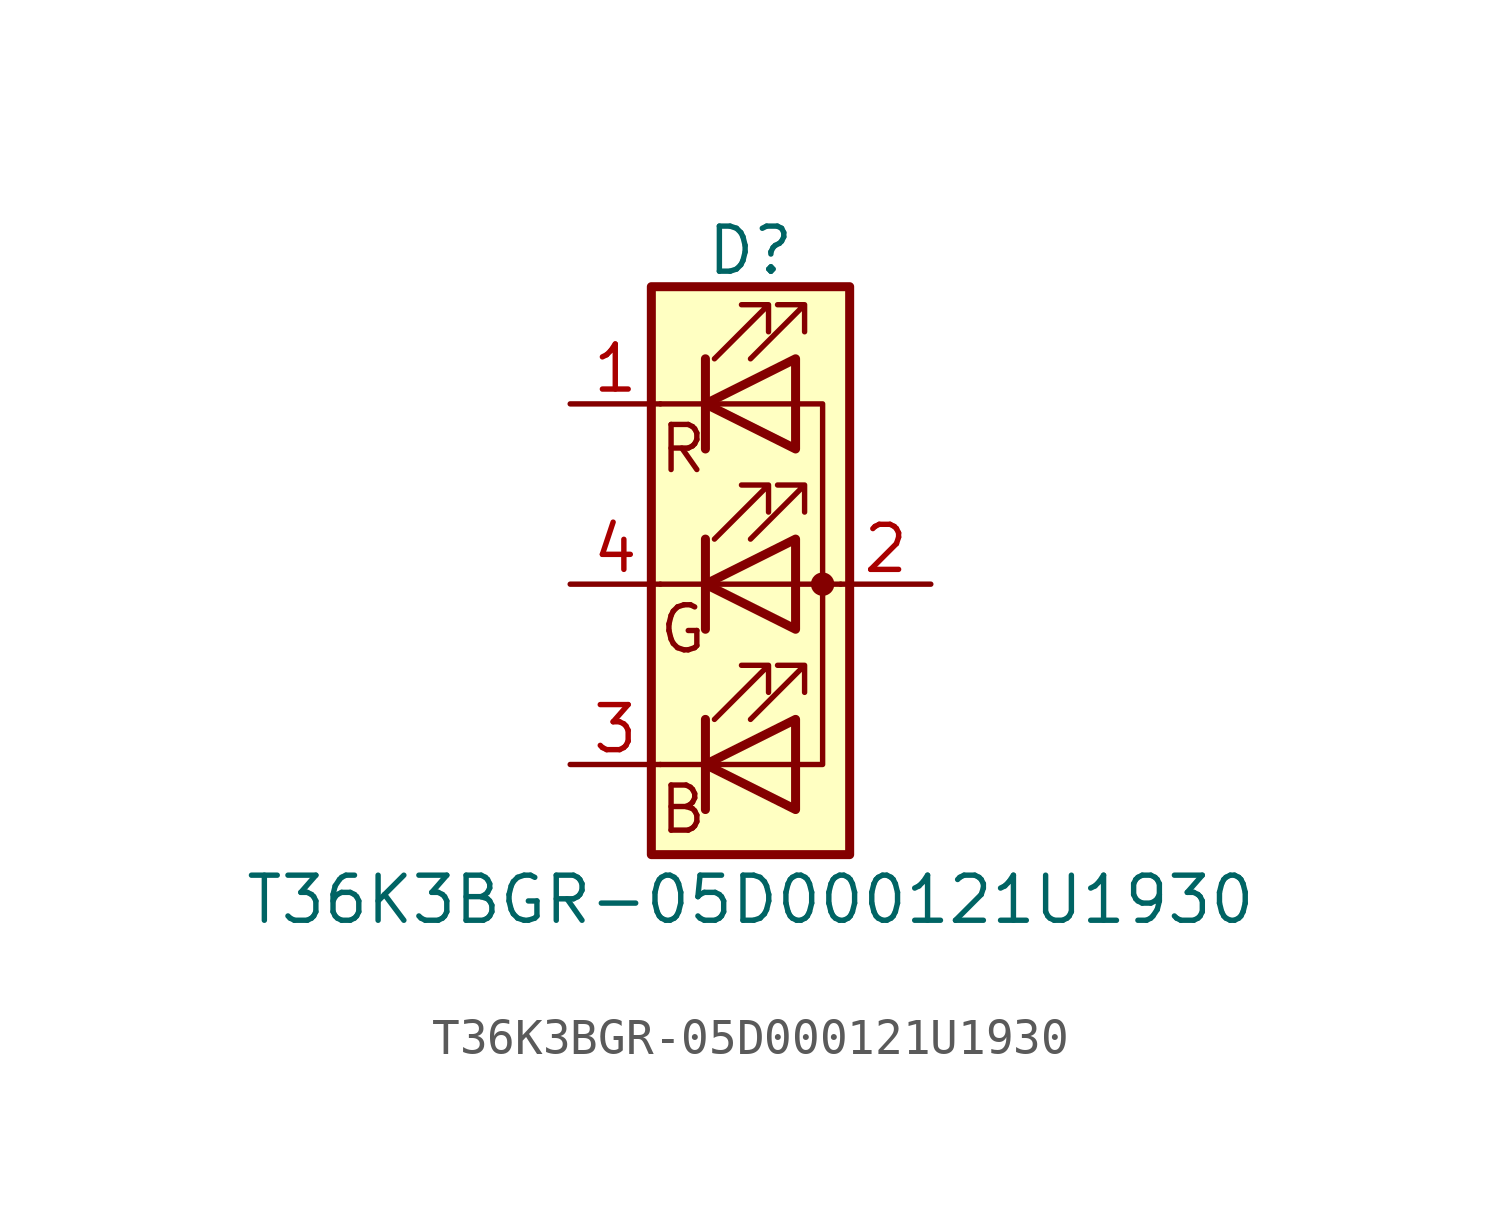
<source format=kicad_sym>
(kicad_symbol_lib
  (version 20211014)
  (generator kicad_symbol_editor)
  (symbol "T36K3BGR-05D000121U1930"
    (pin_names
      (offset 0) hide)
    (property "Reference" "D"
      (at 0 9.398 0)
      (effects (font (size 1.27 1.27))))
    (property "Value" "T36K3BGR-05D000121U1930"
      (at 0 -8.89 0)
      (effects (font (size 1.27 1.27))))
    (symbol "T36K3BGR-05D000121U1930_0_0"
      (text "B" (at -1.905 -6.35 0) (effects (font (size 1.27 1.27))))
      (text "G" (at -1.905 -1.27 0) (effects (font (size 1.27 1.27))))
      (text "R" (at -1.905 3.81 0) (effects (font (size 1.27 1.27)))))
    (symbol "T36K3BGR-05D000121U1930_0_1"
      (polyline (pts (xy -1.27 -5.08) (xy -2.54 -5.08)) (stroke (width 0) (type default) (color 0 0 0 0)) (fill (type none)))
      (polyline (pts (xy -1.27 -5.08) (xy 1.27 -5.08)) (stroke (width 0) (type default) (color 0 0 0 0)) (fill (type none)))
      (polyline (pts (xy -1.27 -3.81) (xy -1.27 -6.35)) (stroke (width 0.254) (type default) (color 0 0 0 0)) (fill (type none)))
      (polyline (pts (xy -1.27 0) (xy -2.54 0)) (stroke (width 0) (type default) (color 0 0 0 0)) (fill (type none)))
      (polyline (pts (xy -1.27 1.27) (xy -1.27 -1.27)) (stroke (width 0.254) (type default) (color 0 0 0 0)) (fill (type none)))
      (polyline (pts (xy -1.27 5.08) (xy -2.54 5.08)) (stroke (width 0) (type default) (color 0 0 0 0)) (fill (type none)))
      (polyline (pts (xy -1.27 5.08) (xy 1.27 5.08)) (stroke (width 0) (type default) (color 0 0 0 0)) (fill (type none)))
      (polyline (pts (xy -1.27 6.35) (xy -1.27 3.81)) (stroke (width 0.254) (type default) (color 0 0 0 0)) (fill (type none)))
      (polyline (pts (xy 1.27 0) (xy -1.27 0)) (stroke (width 0) (type default) (color 0 0 0 0)) (fill (type none)))
      (polyline (pts (xy 1.27 0) (xy 2.54 0)) (stroke (width 0) (type default) (color 0 0 0 0)) (fill (type none)))
      (polyline (pts (xy -1.27 1.27) (xy -1.27 -1.27) (xy -1.27 -1.27)) (stroke (width 0) (type default) (color 0 0 0 0)) (fill (type none)))
      (polyline (pts (xy -1.27 6.35) (xy -1.27 3.81) (xy -1.27 3.81)) (stroke (width 0) (type default) (color 0 0 0 0)) (fill (type none)))
      (polyline (pts (xy 1.27 -5.08) (xy 2.032 -5.08) (xy 2.032 5.08) (xy 1.27 5.08)) (stroke (width 0) (type default) (color 0 0 0 0)) (fill (type none)))
      (polyline (pts (xy 1.27 -3.81) (xy 1.27 -6.35) (xy -1.27 -5.08) (xy 1.27 -3.81)) (stroke (width 0.254) (type default) (color 0 0 0 0)) (fill (type none)))
      (polyline (pts (xy 1.27 1.27) (xy 1.27 -1.27) (xy -1.27 0) (xy 1.27 1.27)) (stroke (width 0.254) (type default) (color 0 0 0 0)) (fill (type none)))
      (polyline (pts (xy 1.27 6.35) (xy 1.27 3.81) (xy -1.27 5.08) (xy 1.27 6.35)) (stroke (width 0.254) (type default) (color 0 0 0 0)) (fill (type none)))
      (polyline (pts (xy -1.016 -3.81) (xy 0.508 -2.286) (xy -0.254 -2.286) (xy 0.508 -2.286) (xy 0.508 -3.048)) (stroke (width 0) (type default) (color 0 0 0 0)) (fill (type none)))
      (polyline (pts (xy -1.016 1.27) (xy 0.508 2.794) (xy -0.254 2.794) (xy 0.508 2.794) (xy 0.508 2.032)) (stroke (width 0) (type default) (color 0 0 0 0)) (fill (type none)))
      (polyline (pts (xy -1.016 6.35) (xy 0.508 7.874) (xy -0.254 7.874) (xy 0.508 7.874) (xy 0.508 7.112)) (stroke (width 0) (type default) (color 0 0 0 0)) (fill (type none)))
      (polyline (pts (xy 0 -3.81) (xy 1.524 -2.286) (xy 0.762 -2.286) (xy 1.524 -2.286) (xy 1.524 -3.048)) (stroke (width 0) (type default) (color 0 0 0 0)) (fill (type none)))
      (polyline (pts (xy 0 1.27) (xy 1.524 2.794) (xy 0.762 2.794) (xy 1.524 2.794) (xy 1.524 2.032)) (stroke (width 0) (type default) (color 0 0 0 0)) (fill (type none)))
      (polyline (pts (xy 0 6.35) (xy 1.524 7.874) (xy 0.762 7.874) (xy 1.524 7.874) (xy 1.524 7.112)) (stroke (width 0) (type default) (color 0 0 0 0)) (fill (type none)))
      (rectangle (start 1.27 -1.27) (end 1.27 1.27) (stroke (width 0) (type default) (color 0 0 0 0)) (fill (type none)))
      (rectangle (start 1.27 1.27) (end 1.27 1.27) (stroke (width 0) (type default) (color 0 0 0 0)) (fill (type none)))
      (rectangle (start 1.27 3.81) (end 1.27 6.35) (stroke (width 0) (type default) (color 0 0 0 0)) (fill (type none)))
      (rectangle (start 1.27 6.35) (end 1.27 6.35) (stroke (width 0) (type default) (color 0 0 0 0)) (fill (type none)))
      (circle (center 2.032 0) (radius 0.254) (stroke (width 0) (type default) (color 0 0 0 0)) (fill (type outline)))
      (rectangle (start 2.794 8.382) (end -2.794 -7.62) (stroke (width 0.254) (type default) (color 0 0 0 0)) (fill (type background))))
    (symbol "T36K3BGR-05D000121U1930_1_1"
      (pin passive line (at -5.08 5.08 0) (length 2.54) (name "RK" (effects (font (size 1.27 1.27)))) (number "1" (effects (font (size 1.27 1.27)))))
      (pin passive line (at 5.08 0 180) (length 2.54) (name "A" (effects (font (size 1.27 1.27)))) (number "2" (effects (font (size 1.27 1.27)))))
      (pin passive line (at -5.08 -5.08 0) (length 2.54) (name "BK" (effects (font (size 1.27 1.27)))) (number "3" (effects (font (size 1.27 1.27)))))
      (pin passive line (at -5.08 0 0) (length 2.54) (name "GK" (effects (font (size 1.27 1.27)))) (number "4" (effects (font (size 1.27 1.27))))))))
</source>
